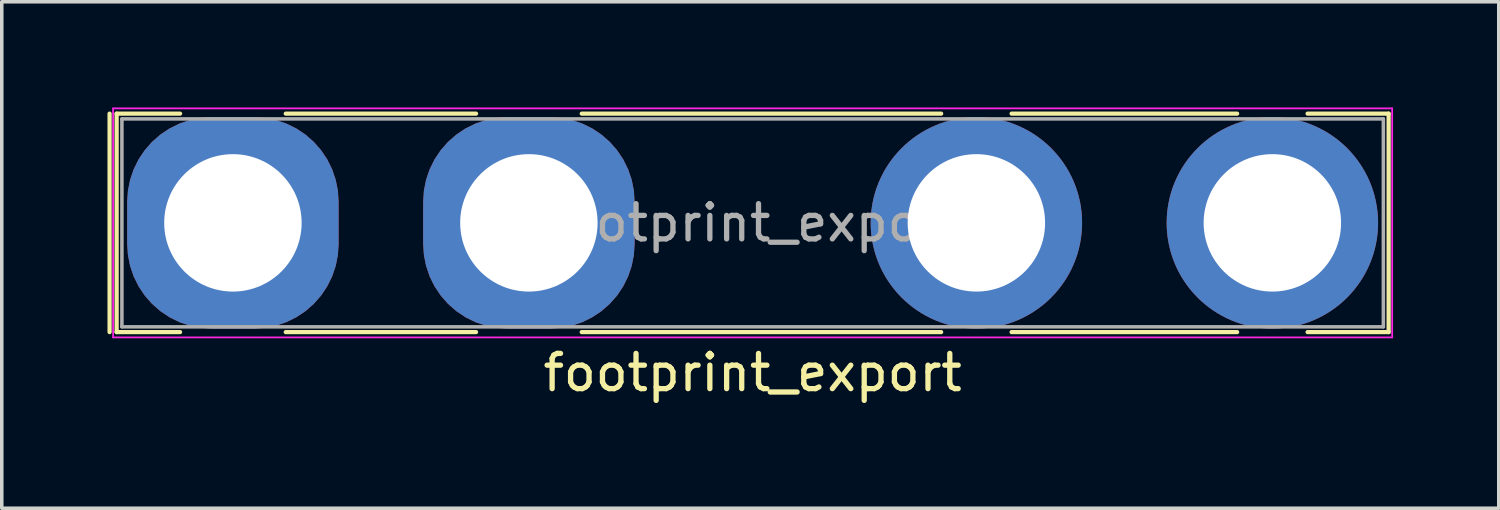
<source format=kicad_pcb>
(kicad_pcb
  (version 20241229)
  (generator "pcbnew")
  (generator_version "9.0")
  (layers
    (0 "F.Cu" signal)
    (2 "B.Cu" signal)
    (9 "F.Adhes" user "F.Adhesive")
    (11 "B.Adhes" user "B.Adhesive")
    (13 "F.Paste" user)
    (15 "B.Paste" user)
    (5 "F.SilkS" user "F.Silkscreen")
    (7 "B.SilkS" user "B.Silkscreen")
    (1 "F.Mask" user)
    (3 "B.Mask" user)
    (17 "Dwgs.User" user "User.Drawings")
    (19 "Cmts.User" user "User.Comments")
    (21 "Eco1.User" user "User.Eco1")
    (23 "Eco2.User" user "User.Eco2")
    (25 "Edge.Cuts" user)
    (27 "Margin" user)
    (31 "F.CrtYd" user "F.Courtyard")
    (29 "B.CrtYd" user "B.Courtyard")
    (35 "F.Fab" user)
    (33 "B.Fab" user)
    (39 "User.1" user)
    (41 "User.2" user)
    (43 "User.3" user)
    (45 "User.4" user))
  (footprint "footprint_export"
    (layer "F.Cu")
    (at 3.56 3.275)
    (property "Reference" "footprint_export" (at 14.75 4.25 0) (layer "F.SilkS") (effects (font (size 1 1) (thickness 0.15))))
    (attr through_hole)
    (fp_line (start -3.5 -3.1) (end -3.5 3.1) (stroke (width 0.12) (type solid)) (layer "F.SilkS"))
    (fp_line (start -3.3 -3.1) (end -1.5 -3.1) (stroke (width 0.12) (type solid)) (layer "F.SilkS"))
    (fp_line (start -3.3 3.1) (end -3.3 -3.1) (stroke (width 0.12) (type solid)) (layer "F.SilkS"))
    (fp_line (start -3.3 3.1) (end -1.5 3.1) (stroke (width 0.12) (type solid)) (layer "F.SilkS"))
    (fp_line (start 1.5 -3.1) (end 6.9 -3.1) (stroke (width 0.12) (type solid)) (layer "F.SilkS"))
    (fp_line (start 1.5 3.1) (end 6.9 3.1) (stroke (width 0.12) (type solid)) (layer "F.SilkS"))
    (fp_line (start 9.9 -3.1) (end 20.1 -3.1) (stroke (width 0.12) (type solid)) (layer "F.SilkS"))
    (fp_line (start 9.9 3.1) (end 20.1 3.1) (stroke (width 0.12) (type solid)) (layer "F.SilkS"))
    (fp_line (start 22.1 -3.1) (end 28.5 -3.1) (stroke (width 0.12) (type solid)) (layer "F.SilkS"))
    (fp_line (start 22.1 3.1) (end 28.5 3.1) (stroke (width 0.12) (type solid)) (layer "F.SilkS"))
    (fp_line (start 30.5 -3.1) (end 32.8 -3.1) (stroke (width 0.12) (type solid)) (layer "F.SilkS"))
    (fp_line (start 30.5 3.1) (end 32.8 3.1) (stroke (width 0.12) (type solid)) (layer "F.SilkS"))
    (fp_line (start 32.8 -3.1) (end 32.8 3.1) (stroke (width 0.12) (type solid)) (layer "F.SilkS"))
    (fp_line (start -3.4 -3.25) (end 32.9 -3.25) (stroke (width 0.05) (type solid)) (layer "F.CrtYd"))
    (fp_line (start -3.4 3.25) (end -3.4 -3.25) (stroke (width 0.05) (type solid)) (layer "F.CrtYd"))
    (fp_line (start 32.9 -3.25) (end 32.9 3.25) (stroke (width 0.05) (type solid)) (layer "F.CrtYd"))
    (fp_line (start 32.9 3.25) (end -3.4 3.25) (stroke (width 0.05) (type solid)) (layer "F.CrtYd"))
    (fp_line (start -3.15 -2.95) (end 32.65 -2.95) (stroke (width 0.1) (type solid)) (layer "F.Fab"))
    (fp_line (start -3.15 2.95) (end -3.15 -2.95) (stroke (width 0.1) (type solid)) (layer "F.Fab"))
    (fp_line (start 32.65 -2.95) (end 32.65 2.95) (stroke (width 0.1) (type solid)) (layer "F.Fab"))
    (fp_line (start 32.65 2.95) (end -3.15 2.95) (stroke (width 0.1) (type solid)) (layer "F.Fab"))
    (fp_text user "${REFERENCE}" (at 14.75 0 0) (layer "F.Fab") (effects (font (size 1 1) (thickness 0.15))))
    (pad "1" thru_hole roundrect (at 0 0 90) (size 6 6) (drill 3.9) (layers "*.Cu" "*.Mask") (roundrect_rratio 0.4))
    (pad "1" thru_hole roundrect (at 8.4 0) (size 6 6) (drill 3.9) (layers "*.Cu" "*.Mask") (roundrect_rratio 0.4))
    (pad "2" thru_hole circle (at 21.1 0) (size 6 6) (drill 3.9) (layers "*.Cu" "*.Mask"))
    (pad "2" thru_hole circle (at 29.5 0) (size 6 6) (drill 3.9) (layers "*.Cu" "*.Mask")))
  (gr_rect
    (start -3 -3)
    (end 39.485 11.373)
    (stroke (width 0.1) (type default))
    (fill no)
    (layer "Edge.Cuts")))
</source>
